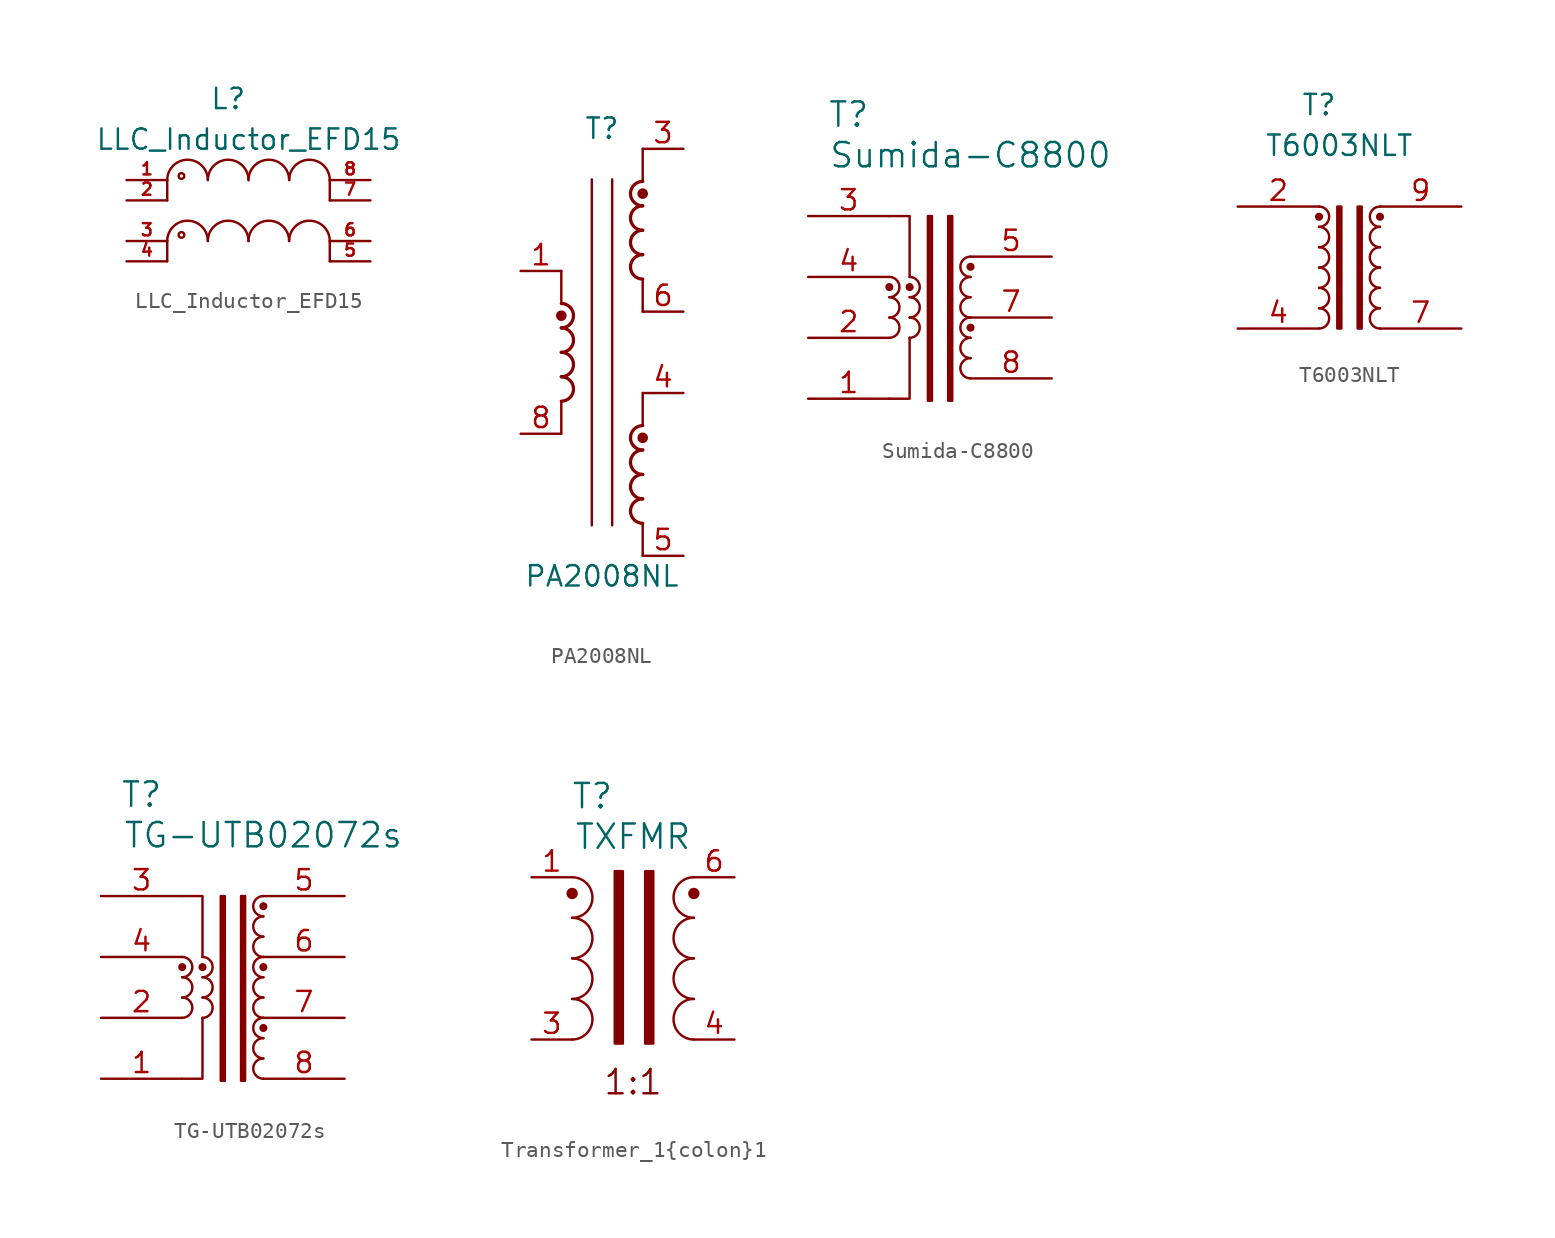
<source format=kicad_sym>
(kicad_symbol_lib
  (version 20220914)
  (generator kicad_symbol_editor)
  (symbol "LLC_Inductor_EFD15"
    (pin_names
      (offset 0) hide)
    (property "Reference" "L"
      (at -1.27 7.62 0)
      (effects (font (size 1.27 1.27))))
    (property "Value" "LLC_Inductor_EFD15"
      (at 0 5.08 0)
      (effects (font (size 1.27 1.27))))
    (property "Footprint" ""
      (at 0 -1.27 0)
      (effects (font (size 1.27 1.27))))
    (property "Datasheet" ""
      (at 0 -1.27 0)
      (effects (font (size 1.27 1.27))))
    (symbol "LLC_Inductor_EFD15_0_1"
      (circle (center -4.191 -0.889) (radius 0.178) (stroke (width 0) (type default)) (fill (type none)))
      (circle (center -4.191 2.794) (radius 0.178) (stroke (width 0) (type default)) (fill (type none)))
      (arc (start -2.54 -1.27) (mid -3.81 -0.0055) (end -5.08 -1.27) (stroke (width 0) (type default)) (fill (type none)))
      (arc (start -2.54 2.54) (mid -3.81 3.8045) (end -5.08 2.54) (stroke (width 0) (type default)) (fill (type none)))
      (arc (start 0 -1.27) (mid -1.27 -0.0055) (end -2.54 -1.27) (stroke (width 0) (type default)) (fill (type none)))
      (polyline (pts (xy -5.08 -2.54) (xy -5.08 -1.27)) (stroke (width 0) (type default)) (fill (type none)))
      (polyline (pts (xy -5.08 1.27) (xy -5.08 2.54)) (stroke (width 0) (type default)) (fill (type none)))
      (polyline (pts (xy 5.08 -2.54) (xy 5.08 -1.27)) (stroke (width 0) (type default)) (fill (type none)))
      (polyline (pts (xy 5.08 1.27) (xy 5.08 2.54)) (stroke (width 0) (type default)) (fill (type none)))
      (arc (start 0 2.54) (mid -1.27 3.8045) (end -2.54 2.54) (stroke (width 0) (type default)) (fill (type none)))
      (arc (start 2.54 -1.27) (mid 1.27 -0.0055) (end 0 -1.27) (stroke (width 0) (type default)) (fill (type none)))
      (arc (start 2.54 2.54) (mid 1.27 3.8045) (end 0 2.54) (stroke (width 0) (type default)) (fill (type none)))
      (arc (start 5.08 -1.27) (mid 3.81 -0.0055) (end 2.54 -1.27) (stroke (width 0) (type default)) (fill (type none)))
      (arc (start 5.08 2.54) (mid 3.81 3.8045) (end 2.54 2.54) (stroke (width 0) (type default)) (fill (type none))))
    (symbol "LLC_Inductor_EFD15_1_1"
      (pin input line (at -7.62 2.54 0) (length 2.54) (name "1" (effects (font (size 0.762 0.762)))) (number "1" (effects (font (size 0.762 0.762)))))
      (pin input line (at -7.62 1.27 0) (length 2.54) (name "2" (effects (font (size 0.762 0.762)))) (number "2" (effects (font (size 0.762 0.762)))))
      (pin input line (at -7.62 -1.27 0) (length 2.54) (name "3" (effects (font (size 0.762 0.762)))) (number "3" (effects (font (size 0.762 0.762)))))
      (pin input line (at -7.62 -2.54 0) (length 2.54) (name "4" (effects (font (size 0.762 0.762)))) (number "4" (effects (font (size 0.762 0.762)))))
      (pin input line (at 7.62 -2.54 180) (length 2.54) (name "5" (effects (font (size 0.762 0.762)))) (number "5" (effects (font (size 0.762 0.762)))))
      (pin input line (at 7.62 -1.27 180) (length 2.54) (name "6" (effects (font (size 0.762 0.762)))) (number "6" (effects (font (size 0.762 0.762)))))
      (pin input line (at 7.62 1.27 180) (length 2.54) (name "7" (effects (font (size 0.762 0.762)))) (number "7" (effects (font (size 0.762 0.762)))))
      (pin input line (at 7.62 2.54 180) (length 2.54) (name "8" (effects (font (size 0.762 0.762)))) (number "8" (effects (font (size 0.762 0.762)))))))
  (symbol "PA2008NL"
    (pin_names hide)
    (property "Reference" "T"
      (at 0 13.97 0)
      (effects (font (size 1.27 1.27))))
    (property "Value" "PA2008NL"
      (at 0 -13.97 0)
      (effects (font (size 1.27 1.27))))
    (symbol "PA2008NL_0_1"
      (arc (start -2.54 -3.048) (mid -1.7813 -2.286) (end -2.54 -1.524) (stroke (width 0.2032) (type default)) (fill (type none)))
      (arc (start -2.54 -1.524) (mid -1.7813 -0.762) (end -2.54 0) (stroke (width 0.2032) (type default)) (fill (type none)))
      (arc (start -2.54 0) (mid -1.7813 0.762) (end -2.54 1.524) (stroke (width 0.2032) (type default)) (fill (type none)))
      (circle (center -2.54 2.286) (radius 0.254) (stroke (width 0) (type default)) (fill (type outline)))
      (polyline (pts (xy -2.54 -3.048) (xy -2.54 -5.08)) (stroke (width 0) (type default)) (fill (type none)))
      (polyline (pts (xy -2.54 5.08) (xy -2.54 3.048)) (stroke (width 0) (type default)) (fill (type none)))
      (polyline (pts (xy -0.635 10.795) (xy -0.635 -10.795)) (stroke (width 0) (type default)) (fill (type none)))
      (polyline (pts (xy 0.635 10.795) (xy 0.635 -10.795)) (stroke (width 0) (type default)) (fill (type none)))
      (polyline (pts (xy 2.54 -10.668) (xy 2.54 -12.7)) (stroke (width 0) (type default)) (fill (type none)))
      (polyline (pts (xy 2.54 -2.54) (xy 2.54 -4.572)) (stroke (width 0) (type default)) (fill (type none)))
      (polyline (pts (xy 2.54 4.572) (xy 2.54 2.54)) (stroke (width 0) (type default)) (fill (type none)))
      (polyline (pts (xy 2.54 12.7) (xy 2.54 10.668)) (stroke (width 0) (type default)) (fill (type none)))
      (arc (start 2.54 -9.144) (mid 1.7813 -9.906) (end 2.54 -10.668) (stroke (width 0.2032) (type default)) (fill (type none)))
      (arc (start 2.54 -7.62) (mid 1.7813 -8.382) (end 2.54 -9.144) (stroke (width 0.2032) (type default)) (fill (type none)))
      (arc (start 2.54 -6.096) (mid 1.7813 -6.858) (end 2.54 -7.62) (stroke (width 0.2032) (type default)) (fill (type none)))
      (circle (center 2.54 -5.334) (radius 0.254) (stroke (width 0) (type default)) (fill (type outline)))
      (arc (start 2.54 -4.572) (mid 1.7813 -5.334) (end 2.54 -6.096) (stroke (width 0.2032) (type default)) (fill (type none)))
      (arc (start 2.54 6.096) (mid 1.7813 5.334) (end 2.54 4.572) (stroke (width 0.2032) (type default)) (fill (type none)))
      (arc (start 2.54 7.62) (mid 1.7813 6.858) (end 2.54 6.096) (stroke (width 0.2032) (type default)) (fill (type none)))
      (arc (start 2.54 9.144) (mid 1.7813 8.382) (end 2.54 7.62) (stroke (width 0.2032) (type default)) (fill (type none)))
      (circle (center 2.54 9.906) (radius 0.254) (stroke (width 0) (type default)) (fill (type outline)))
      (arc (start 2.54 10.668) (mid 1.7813 9.906) (end 2.54 9.144) (stroke (width 0.2032) (type default)) (fill (type none))))
    (symbol "PA2008NL_1_1"
      (arc (start -2.54 1.524) (mid -1.7813 2.286) (end -2.54 3.048) (stroke (width 0.2032) (type default)) (fill (type none)))
      (pin passive line (at -5.08 5.08 0) (length 2.54) (name "~" (effects (font (size 1.27 1.27)))) (number "1" (effects (font (size 1.27 1.27)))))
      (pin passive line (at 5.08 12.7 180) (length 2.54) (name "~" (effects (font (size 1.27 1.27)))) (number "3" (effects (font (size 1.27 1.27)))))
      (pin passive line (at 5.08 -2.54 180) (length 2.54) (name "~" (effects (font (size 1.27 1.27)))) (number "4" (effects (font (size 1.27 1.27)))))
      (pin passive line (at 5.08 -12.7 180) (length 2.54) (name "~" (effects (font (size 1.27 1.27)))) (number "5" (effects (font (size 1.27 1.27)))))
      (pin passive line (at 5.08 2.54 180) (length 2.54) (name "~" (effects (font (size 1.27 1.27)))) (number "6" (effects (font (size 1.27 1.27)))))
      (pin passive line (at -5.08 -5.08 0) (length 2.54) (name "~" (effects (font (size 1.27 1.27)))) (number "8" (effects (font (size 1.27 1.27)))))))
  (symbol "Sumida-C8800"
    (pin_names
      (offset 1.016))
    (property "Reference" "T"
      (at -5.08 12.7 0)
      (effects (font (size 1.524 1.524))))
    (property "Value" "Sumida-C8800"
      (at 2.54 10.16 0)
      (effects (font (size 1.524 1.524))))
    (symbol "Sumida-C8800_0_1"
      (arc (start -2.54 -1.27) (mid -1.9077 -0.635) (end -2.54 0) (stroke (width 0) (type default)) (fill (type none)))
      (arc (start -2.54 0) (mid -1.9077 0.635) (end -2.54 1.27) (stroke (width 0) (type default)) (fill (type none)))
      (arc (start -2.54 1.27) (mid -1.9077 1.905) (end -2.54 2.54) (stroke (width 0) (type default)) (fill (type none)))
      (circle (center -2.54 1.905) (radius 0.178) (stroke (width 0) (type default)) (fill (type outline)))
      (arc (start -1.27 -1.27) (mid -0.6377 -0.635) (end -1.27 0) (stroke (width 0) (type default)) (fill (type none)))
      (arc (start -1.27 0) (mid -0.6377 0.635) (end -1.27 1.27) (stroke (width 0) (type default)) (fill (type none)))
      (arc (start -1.27 1.27) (mid -0.6377 1.905) (end -1.27 2.54) (stroke (width 0) (type default)) (fill (type none)))
      (circle (center -1.27 1.905) (radius 0.178) (stroke (width 0) (type default)) (fill (type outline)))
      (rectangle (start -0.127 6.35) (end 0.127 -5.207) (stroke (width 0) (type default)) (fill (type outline)))
      (polyline (pts (xy -2.54 6.35) (xy -1.27 6.35) (xy -1.27 2.54)) (stroke (width 0) (type default)) (fill (type none)))
      (polyline (pts (xy -1.27 -1.27) (xy -1.27 -5.08) (xy -2.54 -5.08)) (stroke (width 0) (type default)) (fill (type none)))
      (rectangle (start 1.143 6.35) (end 1.397 -5.207) (stroke (width 0) (type default)) (fill (type outline)))
      (arc (start 2.54 -2.54) (mid 1.9077 -3.175) (end 2.54 -3.81) (stroke (width 0) (type default)) (fill (type none)))
      (arc (start 2.54 -1.27) (mid 1.9077 -1.905) (end 2.54 -2.54) (stroke (width 0) (type default)) (fill (type none)))
      (circle (center 2.54 -0.635) (radius 0.178) (stroke (width 0) (type default)) (fill (type outline)))
      (arc (start 2.54 0) (mid 1.9077 -0.635) (end 2.54 -1.27) (stroke (width 0) (type default)) (fill (type none)))
      (arc (start 2.54 1.27) (mid 1.9077 0.635) (end 2.54 0) (stroke (width 0) (type default)) (fill (type none)))
      (arc (start 2.54 2.54) (mid 1.9077 1.905) (end 2.54 1.27) (stroke (width 0) (type default)) (fill (type none)))
      (circle (center 2.54 3.175) (radius 0.178) (stroke (width 0) (type default)) (fill (type outline)))
      (arc (start 2.54 3.81) (mid 1.9077 3.175) (end 2.54 2.54) (stroke (width 0) (type default)) (fill (type none))))
    (symbol "Sumida-C8800_1_1"
      (pin passive line (at -7.62 -5.08 0) (length 5.08) (name "~" (effects (font (size 1.27 1.27)))) (number "1" (effects (font (size 1.27 1.27)))))
      (pin passive line (at -7.62 -1.27 0) (length 5.08) (name "~" (effects (font (size 1.27 1.27)))) (number "2" (effects (font (size 1.27 1.27)))))
      (pin passive line (at -7.62 6.35 0) (length 5.08) (name "~" (effects (font (size 1.27 1.27)))) (number "3" (effects (font (size 1.27 1.27)))))
      (pin passive line (at -7.62 2.54 0) (length 5.08) (name "~" (effects (font (size 1.27 1.27)))) (number "4" (effects (font (size 1.27 1.27)))))
      (pin passive line (at 7.62 3.81 180) (length 5.08) (name "~" (effects (font (size 1.27 1.27)))) (number "5" (effects (font (size 1.27 1.27)))))
      (pin input line (at 7.62 6.35 180) (length 5.08) hide (name "~" (effects (font (size 1.27 1.27)))) (number "6" (effects (font (size 1.27 1.27)))))
      (pin passive line (at 7.62 0 180) (length 5.08) (name "~" (effects (font (size 1.27 1.27)))) (number "7" (effects (font (size 1.27 1.27)))))
      (pin passive line (at 7.62 -3.81 180) (length 5.08) (name "~" (effects (font (size 1.27 1.27)))) (number "8" (effects (font (size 1.27 1.27)))))))
  (symbol "T6003NLT"
    (pin_names
      (offset 1.016))
    (property "Reference" "T"
      (at -1.27 8.89 0)
      (effects (font (size 1.27 1.27))))
    (property "Value" "T6003NLT"
      (at 0 6.35 0)
      (effects (font (size 1.27 1.27))))
    (symbol "T6003NLT_1_1"
      (arc (start -1.27 -5.08) (mid -0.6377 -4.445) (end -1.27 -3.81) (stroke (width 0) (type default)) (fill (type none)))
      (arc (start -1.27 -3.81) (mid -0.6377 -3.175) (end -1.27 -2.54) (stroke (width 0) (type default)) (fill (type none)))
      (arc (start -1.27 -2.54) (mid -0.6377 -1.905) (end -1.27 -1.27) (stroke (width 0) (type default)) (fill (type none)))
      (arc (start -1.27 -1.27) (mid -0.6377 -0.635) (end -1.27 0) (stroke (width 0) (type default)) (fill (type none)))
      (arc (start -1.27 0) (mid -0.6377 0.635) (end -1.27 1.27) (stroke (width 0) (type default)) (fill (type none)))
      (arc (start -1.27 1.27) (mid -0.6377 1.905) (end -1.27 2.54) (stroke (width 0) (type default)) (fill (type none)))
      (circle (center -1.27 1.905) (radius 0.178) (stroke (width 0) (type default)) (fill (type outline)))
      (rectangle (start -0.127 2.54) (end 0.127 -5.08) (stroke (width 0) (type default)) (fill (type outline)))
      (rectangle (start 1.143 2.54) (end 1.397 -5.08) (stroke (width 0) (type default)) (fill (type outline)))
      (arc (start 2.54 -3.81) (mid 1.9077 -4.445) (end 2.54 -5.08) (stroke (width 0) (type default)) (fill (type none)))
      (arc (start 2.54 -2.54) (mid 1.9077 -3.175) (end 2.54 -3.81) (stroke (width 0) (type default)) (fill (type none)))
      (arc (start 2.54 -1.27) (mid 1.9077 -1.905) (end 2.54 -2.54) (stroke (width 0) (type default)) (fill (type none)))
      (arc (start 2.54 0) (mid 1.9077 -0.635) (end 2.54 -1.27) (stroke (width 0) (type default)) (fill (type none)))
      (arc (start 2.54 1.27) (mid 1.9077 0.635) (end 2.54 0) (stroke (width 0) (type default)) (fill (type none)))
      (circle (center 2.54 1.905) (radius 0.178) (stroke (width 0) (type default)) (fill (type outline)))
      (arc (start 2.54 2.54) (mid 1.9077 1.905) (end 2.54 1.27) (stroke (width 0) (type default)) (fill (type none)))
      (pin passive line (at -6.35 2.54 0) (length 5.08) (name "~" (effects (font (size 1.27 1.27)))) (number "2" (effects (font (size 1.27 1.27)))))
      (pin passive line (at -6.35 -5.08 0) (length 5.08) (name "~" (effects (font (size 1.27 1.27)))) (number "4" (effects (font (size 1.27 1.27)))))
      (pin passive line (at 7.62 -5.08 180) (length 5.08) (name "~" (effects (font (size 1.27 1.27)))) (number "7" (effects (font (size 1.27 1.27)))))
      (pin passive line (at 7.62 2.54 180) (length 5.08) (name "~" (effects (font (size 1.27 1.27)))) (number "9" (effects (font (size 1.27 1.27)))))))
  (symbol "TG-UTB02072s"
    (pin_names
      (offset 1.016))
    (property "Reference" "T"
      (at -5.08 12.7 0)
      (effects (font (size 1.524 1.524))))
    (property "Value" "TG-UTB02072s"
      (at 2.54 10.16 0)
      (effects (font (size 1.524 1.524))))
    (symbol "TG-UTB02072s_0_1"
      (arc (start -2.54 -1.27) (mid -1.9077 -0.635) (end -2.54 0) (stroke (width 0) (type default)) (fill (type none)))
      (arc (start -2.54 0) (mid -1.9077 0.635) (end -2.54 1.27) (stroke (width 0) (type default)) (fill (type none)))
      (arc (start -2.54 1.27) (mid -1.9077 1.905) (end -2.54 2.54) (stroke (width 0) (type default)) (fill (type none)))
      (circle (center -2.54 1.905) (radius 0.178) (stroke (width 0) (type default)) (fill (type outline)))
      (arc (start -1.27 -1.27) (mid -0.6377 -0.635) (end -1.27 0) (stroke (width 0) (type default)) (fill (type none)))
      (arc (start -1.27 0) (mid -0.6377 0.635) (end -1.27 1.27) (stroke (width 0) (type default)) (fill (type none)))
      (arc (start -1.27 1.27) (mid -0.6377 1.905) (end -1.27 2.54) (stroke (width 0) (type default)) (fill (type none)))
      (circle (center -1.27 1.905) (radius 0.178) (stroke (width 0) (type default)) (fill (type outline)))
      (rectangle (start -0.127 6.35) (end 0.127 -5.207) (stroke (width 0) (type default)) (fill (type outline)))
      (polyline (pts (xy -2.54 6.35) (xy -1.27 6.35) (xy -1.27 2.54)) (stroke (width 0) (type default)) (fill (type none)))
      (polyline (pts (xy -1.27 -1.27) (xy -1.27 -5.08) (xy -2.54 -5.08)) (stroke (width 0) (type default)) (fill (type none)))
      (rectangle (start 1.143 6.35) (end 1.397 -5.207) (stroke (width 0) (type default)) (fill (type outline)))
      (arc (start 2.54 -3.81) (mid 1.9077 -4.445) (end 2.54 -5.08) (stroke (width 0) (type default)) (fill (type none)))
      (arc (start 2.54 -2.54) (mid 1.9077 -3.175) (end 2.54 -3.81) (stroke (width 0) (type default)) (fill (type none)))
      (circle (center 2.54 -1.905) (radius 0.178) (stroke (width 0) (type default)) (fill (type outline)))
      (arc (start 2.54 -1.27) (mid 1.9077 -1.905) (end 2.54 -2.54) (stroke (width 0) (type default)) (fill (type none)))
      (arc (start 2.54 0) (mid 1.9077 -0.635) (end 2.54 -1.27) (stroke (width 0) (type default)) (fill (type none)))
      (arc (start 2.54 1.27) (mid 1.9077 0.635) (end 2.54 0) (stroke (width 0) (type default)) (fill (type none)))
      (circle (center 2.54 1.905) (radius 0.178) (stroke (width 0) (type default)) (fill (type outline)))
      (arc (start 2.54 2.54) (mid 1.9077 1.905) (end 2.54 1.27) (stroke (width 0) (type default)) (fill (type none)))
      (arc (start 2.54 3.81) (mid 1.9077 3.175) (end 2.54 2.54) (stroke (width 0) (type default)) (fill (type none)))
      (arc (start 2.54 5.08) (mid 1.9077 4.445) (end 2.54 3.81) (stroke (width 0) (type default)) (fill (type none)))
      (circle (center 2.54 5.715) (radius 0.178) (stroke (width 0) (type default)) (fill (type outline)))
      (arc (start 2.54 6.35) (mid 1.9077 5.715) (end 2.54 5.08) (stroke (width 0) (type default)) (fill (type none))))
    (symbol "TG-UTB02072s_1_1"
      (pin passive line (at -7.62 -5.08 0) (length 5.08) (name "~" (effects (font (size 1.27 1.27)))) (number "1" (effects (font (size 1.27 1.27)))))
      (pin passive line (at -7.62 -1.27 0) (length 5.08) (name "~" (effects (font (size 1.27 1.27)))) (number "2" (effects (font (size 1.27 1.27)))))
      (pin passive line (at -7.62 6.35 0) (length 5.08) (name "~" (effects (font (size 1.27 1.27)))) (number "3" (effects (font (size 1.27 1.27)))))
      (pin passive line (at -7.62 2.54 0) (length 5.08) (name "~" (effects (font (size 1.27 1.27)))) (number "4" (effects (font (size 1.27 1.27)))))
      (pin passive line (at 7.62 6.35 180) (length 5.08) (name "~" (effects (font (size 1.27 1.27)))) (number "5" (effects (font (size 1.27 1.27)))))
      (pin passive line (at 7.62 2.54 180) (length 5.08) (name "~" (effects (font (size 1.27 1.27)))) (number "6" (effects (font (size 1.27 1.27)))))
      (pin passive line (at 7.62 -1.27 180) (length 5.08) (name "~" (effects (font (size 1.27 1.27)))) (number "7" (effects (font (size 1.27 1.27)))))
      (pin passive line (at 7.62 -5.08 180) (length 5.08) (name "~" (effects (font (size 1.27 1.27)))) (number "8" (effects (font (size 1.27 1.27)))))))
  (symbol "Transformer_1{colon}1"
    (pin_names
      (offset 1.016) hide)
    (property "Reference" "T"
      (at -2.54 10.16 0)
      (effects (font (size 1.524 1.524))))
    (property "Value" "TXFMR"
      (at 0 7.62 0)
      (effects (font (size 1.524 1.524))))
    (property "Footprint" ""
      (at -2.54 0 0)
      (effects (font (size 1.524 1.524))))
    (property "Datasheet" ""
      (at -2.54 0 0)
      (effects (font (size 1.524 1.524))))
    (symbol "Transformer_1{colon}1_0_1"
      (arc (start -3.81 -5.08) (mid -2.5455 -3.81) (end -3.81 -2.54) (stroke (width 0) (type default)) (fill (type none)))
      (arc (start -3.81 -2.54) (mid -2.5455 -1.27) (end -3.81 0) (stroke (width 0) (type default)) (fill (type none)))
      (arc (start -3.81 0) (mid -2.5455 1.27) (end -3.81 2.54) (stroke (width 0) (type default)) (fill (type none)))
      (arc (start -3.81 2.54) (mid -2.5455 3.81) (end -3.81 5.08) (stroke (width 0) (type default)) (fill (type none)))
      (circle (center -3.81 4.064) (radius 0.279) (stroke (width 0) (type default)) (fill (type outline)))
      (rectangle (start -0.635 5.461) (end -1.143 -5.334) (stroke (width 0) (type default)) (fill (type outline)))
      (rectangle (start 1.27 5.461) (end 0.762 -5.334) (stroke (width 0) (type default)) (fill (type outline)))
      (arc (start 3.81 -2.54) (mid 2.5455 -3.81) (end 3.81 -5.08) (stroke (width 0) (type default)) (fill (type none)))
      (arc (start 3.81 0) (mid 2.5455 -1.27) (end 3.81 -2.54) (stroke (width 0) (type default)) (fill (type none)))
      (arc (start 3.81 2.54) (mid 2.5455 1.27) (end 3.81 0) (stroke (width 0) (type default)) (fill (type none)))
      (circle (center 3.81 4.064) (radius 0.279) (stroke (width 0) (type default)) (fill (type outline)))
      (arc (start 3.81 5.08) (mid 2.5455 3.81) (end 3.81 2.54) (stroke (width 0) (type default)) (fill (type none))))
    (symbol "Transformer_1{colon}1_1_0"
      (text "1:1" (at 0 -7.747 0) (effects (font (size 1.524 1.524)))))
    (symbol "Transformer_1{colon}1_1_1"
      (pin input line (at -6.35 5.08 0) (length 2.54) (name "P2a" (effects (font (size 1.27 1.27)))) (number "1" (effects (font (size 1.27 1.27)))))
      (pin input line (at -6.35 -5.08 0) (length 2.54) (name "P2b" (effects (font (size 1.27 1.27)))) (number "3" (effects (font (size 1.27 1.27)))))
      (pin input line (at 6.35 -5.08 180) (length 2.54) (name "S2b" (effects (font (size 1.27 1.27)))) (number "4" (effects (font (size 1.27 1.27)))))
      (pin input line (at 6.35 5.08 180) (length 2.54) (name "S2a" (effects (font (size 1.27 1.27)))) (number "6" (effects (font (size 1.27 1.27))))))))
</source>
